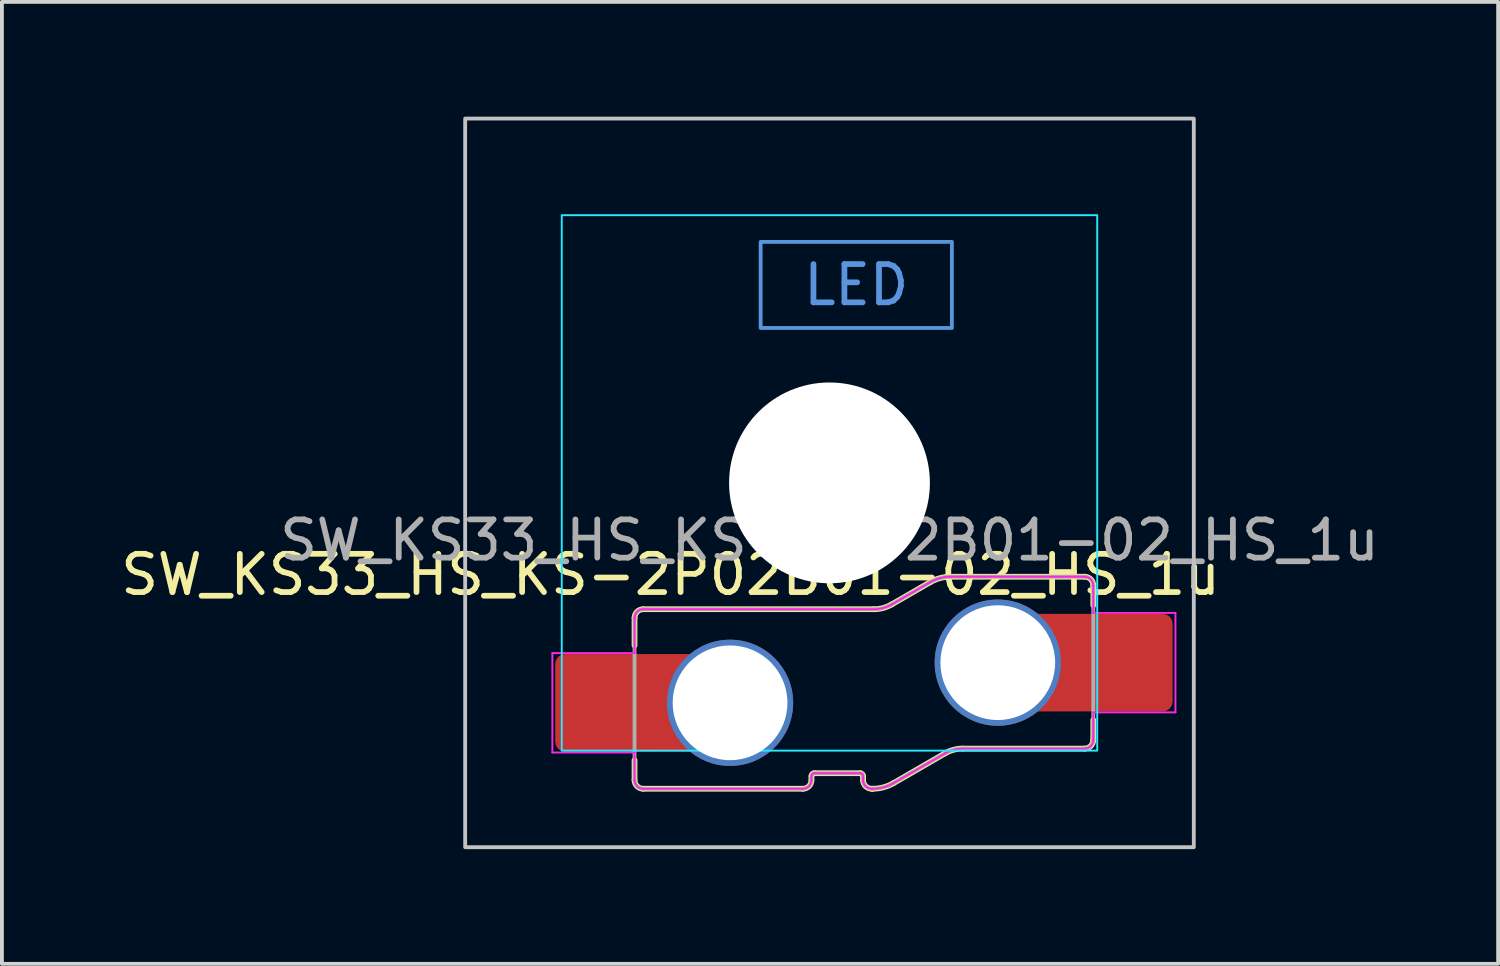
<source format=kicad_pcb>
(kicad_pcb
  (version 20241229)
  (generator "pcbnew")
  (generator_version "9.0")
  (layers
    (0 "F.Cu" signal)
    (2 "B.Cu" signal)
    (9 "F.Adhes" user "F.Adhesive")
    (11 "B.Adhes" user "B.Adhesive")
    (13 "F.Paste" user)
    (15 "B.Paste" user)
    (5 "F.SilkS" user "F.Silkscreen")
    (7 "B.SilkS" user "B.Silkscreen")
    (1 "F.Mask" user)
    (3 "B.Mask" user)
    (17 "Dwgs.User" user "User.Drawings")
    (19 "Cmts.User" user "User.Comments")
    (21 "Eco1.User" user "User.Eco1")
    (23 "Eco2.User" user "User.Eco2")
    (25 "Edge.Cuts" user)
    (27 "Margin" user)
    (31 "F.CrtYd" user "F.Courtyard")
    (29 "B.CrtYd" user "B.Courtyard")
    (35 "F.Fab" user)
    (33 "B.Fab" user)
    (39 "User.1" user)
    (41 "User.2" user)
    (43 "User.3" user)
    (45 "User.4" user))
  (footprint "SW_KS33_HS_KS-2P02B01-02_HS_1u"
    (layer "F.Cu")
    (at 18.637 9.575)
    (property "Reference" "SW_KS33_HS_KS-2P02B01-02_HS_1u" (at -4.155 2.4 180) (layer "F.SilkS") (effects (font (size 1 1) (thickness 0.15))))
    (attr smd)
    (fp_line (start -5.097 3.528) (end -5.097 4.25) (stroke (width 0.15) (type solid)) (layer "F.SilkS"))
    (fp_line (start -5.097 7.772) (end -5.097 7.25) (stroke (width 0.15) (type solid)) (layer "F.SilkS"))
    (fp_line (start -4.872 3.303) (end 1.161 3.303) (stroke (width 0.15) (type solid)) (layer "F.SilkS"))
    (fp_line (start -0.697 7.997) (end -4.872 7.997) (stroke (width 0.15) (type solid)) (layer "F.SilkS"))
    (fp_line (start -0.472 7.666) (end -0.472 7.772) (stroke (width 0.15) (type solid)) (layer "F.SilkS"))
    (fp_line (start 0.803 7.591) (end -0.397 7.591) (stroke (width 0.15) (type solid)) (layer "F.SilkS"))
    (fp_line (start 0.878 7.772) (end 0.878 7.666) (stroke (width 0.15) (type solid)) (layer "F.SilkS"))
    (fp_line (start 1.131 7.997) (end 1.103 7.997) (stroke (width 0.15) (type solid)) (layer "F.SilkS"))
    (fp_line (start 1.623 3.18) (end 2.631 2.597) (stroke (width 0.15) (type solid)) (layer "F.SilkS"))
    (fp_line (start 3.023 7.07) (end 1.669 7.853) (stroke (width 0.15) (type solid)) (layer "F.SilkS"))
    (fp_line (start 3.169 2.453) (end 6.672 2.453) (stroke (width 0.15) (type solid)) (layer "F.SilkS"))
    (fp_line (start 6.672 6.947) (end 3.486 6.947) (stroke (width 0.15) (type solid)) (layer "F.SilkS"))
    (fp_line (start 6.897 2.678) (end 6.897 3.2) (stroke (width 0.15) (type solid)) (layer "F.SilkS"))
    (fp_line (start 6.897 6.722) (end 6.897 6.2) (stroke (width 0.15) (type solid)) (layer "F.SilkS"))
    (fp_arc (start -5.096509 3.528462) (mid -5.030608 3.369392) (end -4.871538 3.303491) (stroke (width 0.15) (type solid)) (layer "F.SilkS"))
    (fp_arc (start -4.871547 7.996509) (mid -5.030611 7.930605) (end -5.096509 7.771538) (stroke (width 0.15) (type solid)) (layer "F.SilkS"))
    (fp_arc (start -0.471517 7.666366) (mid -0.44955 7.613333) (end -0.396517 7.591366) (stroke (width 0.15) (type solid)) (layer "F.SilkS"))
    (fp_arc (start -0.471517 7.772359) (mid -0.537421 7.931461) (end -0.696525 7.997359) (stroke (width 0.15) (type solid)) (layer "F.SilkS"))
    (fp_arc (start 0.803483 7.591366) (mid 0.856515 7.613334) (end 0.878483 7.666366) (stroke (width 0.15) (type solid)) (layer "F.SilkS"))
    (fp_arc (start 1.103483 7.996509) (mid 0.944382 7.930609) (end 0.878483 7.771509) (stroke (width 0.15) (type solid)) (layer "F.SilkS"))
    (fp_arc (start 1.623227 3.179574) (mid 1.400151 3.271972) (end 1.160763 3.303491) (stroke (width 0.15) (type solid)) (layer "F.SilkS"))
    (fp_arc (start 1.66858 7.852507) (mid 1.409348 7.959882) (end 1.131159 7.996509) (stroke (width 0.15) (type solid)) (layer "F.SilkS"))
    (fp_arc (start 2.63142 2.597493) (mid 2.890652 2.490118) (end 3.168841 2.453491) (stroke (width 0.15) (type solid)) (layer "F.SilkS"))
    (fp_arc (start 3.023183 7.070426) (mid 3.246257 6.978019) (end 3.485647 6.946509) (stroke (width 0.15) (type solid)) (layer "F.SilkS"))
    (fp_arc (start 6.671525 2.453491) (mid 6.830601 2.51939) (end 6.896509 2.678462) (stroke (width 0.15) (type solid)) (layer "F.SilkS"))
    (fp_arc (start 6.896509 6.721538) (mid 6.830605 6.880605) (end 6.671538 6.946509) (stroke (width 0.15) (type solid)) (layer "F.SilkS"))
    (fp_rect (start -9.525 -9.525) (end 9.525 9.525) (stroke (width 0.1) (type default)) (fill no) (layer "Dwgs.User"))
    (fp_rect (start 3.2 -6.3) (end -1.8 -4.05) (stroke (width 0.1) (type default)) (fill no) (layer "Cmts.User"))
    (fp_line (start -7 6.5) (end -7 -6.5) (stroke (width 0.1) (type default)) (layer "Eco2.User"))
    (fp_line (start -6.5 -7) (end 6.5 -7) (stroke (width 0.1) (type default)) (layer "Eco2.User"))
    (fp_line (start 6.5 7) (end -6.5 7) (stroke (width 0.1) (type default)) (layer "Eco2.User"))
    (fp_line (start 7 -6.5) (end 7 6.5) (stroke (width 0.1) (type default)) (layer "Eco2.User"))
    (fp_arc (start -7 -6.5) (mid -6.853553 -6.853553) (end -6.5 -7) (stroke (width 0.1) (type default)) (layer "Eco2.User"))
    (fp_arc (start -6.5 7) (mid -6.853553 6.853553) (end -7 6.5) (stroke (width 0.1) (type default)) (layer "Eco2.User"))
    (fp_arc (start 6.5 -7) (mid 6.853553 -6.853553) (end 7 -6.5) (stroke (width 0.1) (type default)) (layer "Eco2.User"))
    (fp_arc (start 7 6.5) (mid 6.853553 6.853553) (end 6.5 7) (stroke (width 0.1) (type default)) (layer "Eco2.User"))
    (fp_rect (start -7 -7) (end 7 7) (stroke (width 0.05) (type default)) (fill no) (layer "B.CrtYd"))
    (fp_line (start -7.245 4.45) (end -5.097 4.45) (stroke (width 0.05) (type solid)) (layer "F.CrtYd"))
    (fp_line (start -7.245 7.05) (end -7.245 4.45) (stroke (width 0.05) (type solid)) (layer "F.CrtYd"))
    (fp_line (start -5.097 4.45) (end -5.097 3.528) (stroke (width 0.05) (type default)) (layer "F.CrtYd"))
    (fp_line (start -5.097 7.05) (end -7.245 7.05) (stroke (width 0.05) (type solid)) (layer "F.CrtYd"))
    (fp_line (start -5.097 7.772) (end -5.097 7.05) (stroke (width 0.05) (type solid)) (layer "F.CrtYd"))
    (fp_line (start -4.872 3.303) (end 1.161 3.303) (stroke (width 0.05) (type solid)) (layer "F.CrtYd"))
    (fp_line (start -0.697 7.997) (end -4.872 7.997) (stroke (width 0.05) (type solid)) (layer "F.CrtYd"))
    (fp_line (start -0.472 7.666) (end -0.472 7.772) (stroke (width 0.05) (type solid)) (layer "F.CrtYd"))
    (fp_line (start 0.803 7.591) (end -0.397 7.591) (stroke (width 0.05) (type solid)) (layer "F.CrtYd"))
    (fp_line (start 0.878 7.772) (end 0.878 7.666) (stroke (width 0.05) (type solid)) (layer "F.CrtYd"))
    (fp_line (start 1.131 7.997) (end 1.103 7.997) (stroke (width 0.05) (type solid)) (layer "F.CrtYd"))
    (fp_line (start 1.623 3.18) (end 2.631 2.597) (stroke (width 0.05) (type solid)) (layer "F.CrtYd"))
    (fp_line (start 3.023 7.07) (end 1.669 7.853) (stroke (width 0.05) (type solid)) (layer "F.CrtYd"))
    (fp_line (start 3.169 2.453) (end 6.672 2.453) (stroke (width 0.05) (type solid)) (layer "F.CrtYd"))
    (fp_line (start 6.672 6.947) (end 3.486 6.947) (stroke (width 0.05) (type solid)) (layer "F.CrtYd"))
    (fp_line (start 6.897 2.678) (end 6.897 3.4) (stroke (width 0.05) (type default)) (layer "F.CrtYd"))
    (fp_line (start 6.897 3.4) (end 9.045 3.4) (stroke (width 0.05) (type solid)) (layer "F.CrtYd"))
    (fp_line (start 6.897 6.722) (end 6.897 6) (stroke (width 0.05) (type default)) (layer "F.CrtYd"))
    (fp_line (start 9.045 3.4) (end 9.045 6) (stroke (width 0.05) (type solid)) (layer "F.CrtYd"))
    (fp_line (start 9.045 6) (end 6.897 6) (stroke (width 0.05) (type solid)) (layer "F.CrtYd"))
    (fp_arc (start -5.096509 3.528462) (mid -5.030608 3.369392) (end -4.871538 3.303491) (stroke (width 0.05) (type solid)) (layer "F.CrtYd"))
    (fp_arc (start -4.871547 7.996509) (mid -5.030611 7.930605) (end -5.096509 7.771538) (stroke (width 0.05) (type solid)) (layer "F.CrtYd"))
    (fp_arc (start -0.471517 7.666366) (mid -0.44955 7.613333) (end -0.396517 7.591366) (stroke (width 0.05) (type solid)) (layer "F.CrtYd"))
    (fp_arc (start -0.471517 7.772359) (mid -0.537421 7.931461) (end -0.696525 7.997359) (stroke (width 0.05) (type solid)) (layer "F.CrtYd"))
    (fp_arc (start 0.803483 7.591366) (mid 0.856515 7.613334) (end 0.878483 7.666366) (stroke (width 0.05) (type solid)) (layer "F.CrtYd"))
    (fp_arc (start 1.103483 7.996509) (mid 0.944382 7.930609) (end 0.878483 7.771509) (stroke (width 0.05) (type solid)) (layer "F.CrtYd"))
    (fp_arc (start 1.623227 3.179574) (mid 1.400151 3.271972) (end 1.160763 3.303491) (stroke (width 0.05) (type solid)) (layer "F.CrtYd"))
    (fp_arc (start 1.66858 7.852507) (mid 1.409348 7.959882) (end 1.131159 7.996509) (stroke (width 0.05) (type solid)) (layer "F.CrtYd"))
    (fp_arc (start 2.63142 2.597493) (mid 2.890652 2.490118) (end 3.168841 2.453491) (stroke (width 0.05) (type solid)) (layer "F.CrtYd"))
    (fp_arc (start 3.023183 7.070426) (mid 3.246257 6.978019) (end 3.485647 6.946509) (stroke (width 0.05) (type solid)) (layer "F.CrtYd"))
    (fp_arc (start 6.671525 2.453491) (mid 6.830601 2.51939) (end 6.896509 2.678462) (stroke (width 0.05) (type solid)) (layer "F.CrtYd"))
    (fp_arc (start 6.896509 6.721538) (mid 6.830605 6.880605) (end 6.671538 6.946509) (stroke (width 0.05) (type solid)) (layer "F.CrtYd"))
    (fp_line (start -5.097 7.772) (end -5.097 3.528) (stroke (width 0.1) (type solid)) (layer "F.Fab"))
    (fp_line (start -4.872 3.303) (end 1.161 3.303) (stroke (width 0.1) (type solid)) (layer "F.Fab"))
    (fp_line (start -0.697 7.997) (end -4.872 7.997) (stroke (width 0.1) (type solid)) (layer "F.Fab"))
    (fp_line (start -0.472 7.666) (end -0.472 7.772) (stroke (width 0.1) (type solid)) (layer "F.Fab"))
    (fp_line (start 0.803 7.591) (end -0.397 7.591) (stroke (width 0.1) (type solid)) (layer "F.Fab"))
    (fp_line (start 0.878 7.772) (end 0.878 7.666) (stroke (width 0.1) (type solid)) (layer "F.Fab"))
    (fp_line (start 1.131 7.997) (end 1.103 7.997) (stroke (width 0.1) (type solid)) (layer "F.Fab"))
    (fp_line (start 1.623 3.18) (end 2.631 2.597) (stroke (width 0.1) (type solid)) (layer "F.Fab"))
    (fp_line (start 3.023 7.07) (end 1.669 7.853) (stroke (width 0.1) (type solid)) (layer "F.Fab"))
    (fp_line (start 3.169 2.453) (end 6.672 2.453) (stroke (width 0.1) (type solid)) (layer "F.Fab"))
    (fp_line (start 6.672 6.947) (end 3.486 6.947) (stroke (width 0.1) (type solid)) (layer "F.Fab"))
    (fp_line (start 6.897 2.678) (end 6.897 6.722) (stroke (width 0.1) (type solid)) (layer "F.Fab"))
    (fp_arc (start -5.096509 3.528462) (mid -5.030608 3.369392) (end -4.871538 3.303491) (stroke (width 0.1) (type solid)) (layer "F.Fab"))
    (fp_arc (start -4.871547 7.996509) (mid -5.030611 7.930605) (end -5.096509 7.771538) (stroke (width 0.1) (type solid)) (layer "F.Fab"))
    (fp_arc (start -0.471517 7.666366) (mid -0.44955 7.613333) (end -0.396517 7.591366) (stroke (width 0.1) (type solid)) (layer "F.Fab"))
    (fp_arc (start -0.471517 7.772359) (mid -0.537421 7.931461) (end -0.696525 7.997359) (stroke (width 0.1) (type solid)) (layer "F.Fab"))
    (fp_arc (start 0.803483 7.591366) (mid 0.856515 7.613334) (end 0.878483 7.666366) (stroke (width 0.1) (type solid)) (layer "F.Fab"))
    (fp_arc (start 1.103483 7.996509) (mid 0.944382 7.930609) (end 0.878483 7.771509) (stroke (width 0.1) (type solid)) (layer "F.Fab"))
    (fp_arc (start 1.623227 3.179574) (mid 1.400151 3.271972) (end 1.160763 3.303491) (stroke (width 0.1) (type solid)) (layer "F.Fab"))
    (fp_arc (start 1.66858 7.852507) (mid 1.409348 7.959882) (end 1.131159 7.996509) (stroke (width 0.1) (type solid)) (layer "F.Fab"))
    (fp_arc (start 2.63142 2.597493) (mid 2.890652 2.490118) (end 3.168841 2.453491) (stroke (width 0.1) (type solid)) (layer "F.Fab"))
    (fp_arc (start 3.023183 7.070426) (mid 3.246257 6.978019) (end 3.485647 6.946509) (stroke (width 0.1) (type solid)) (layer "F.Fab"))
    (fp_arc (start 6.671525 2.453491) (mid 6.830601 2.51939) (end 6.896509 2.678462) (stroke (width 0.1) (type solid)) (layer "F.Fab"))
    (fp_arc (start 6.896509 6.721538) (mid 6.830605 6.880605) (end 6.671538 6.946509) (stroke (width 0.1) (type solid)) (layer "F.Fab"))
    (fp_text user "LED" (at 0.7 -5.175 0) (unlocked yes) (layer "Cmts.User") (effects (font (size 1 1) (thickness 0.15))))
    (fp_text user "${REFERENCE}" (at 0 1.5 0) (layer "F.Fab") (effects (font (size 1 1) (thickness 0.15))))
    (pad "" np_thru_hole circle (at 0 0 180) (size 5.25 5.25) (drill 5.25) (layers "*.Cu" "*.Mask"))
    (pad "1" thru_hole circle (at 4.4 4.7) (size 3.3 3.3) (drill 3) (property pad_prop_mechanical) (layers "*.Cu" "F.Mask"))
    (pad "1" smd rect (at 5.95 4.7) (size 1.2 2.55) (layers "F.Cu"))
    (pad "1" smd roundrect (at 7.645 4.7) (size 2.65 2.55) (layers "F.Cu" "F.Mask" "F.Paste") (roundrect_rratio 0.1))
    (pad "2" smd roundrect (at -5.845 5.75) (size 2.65 2.55) (layers "F.Cu" "F.Mask" "F.Paste") (roundrect_rratio 0.1))
    (pad "2" smd rect (at -4.15 5.75 180) (size 1.2 2.55) (layers "F.Cu"))
    (pad "2" thru_hole circle (at -2.6 5.75) (size 3.3 3.3) (drill 3) (property pad_prop_mechanical) (layers "*.Cu" "F.Mask")))
  (gr_rect
    (start -3 -3)
    (end 36.119 22.15)
    (stroke (width 0.1) (type default))
    (fill no)
    (layer "Edge.Cuts")))
</source>
